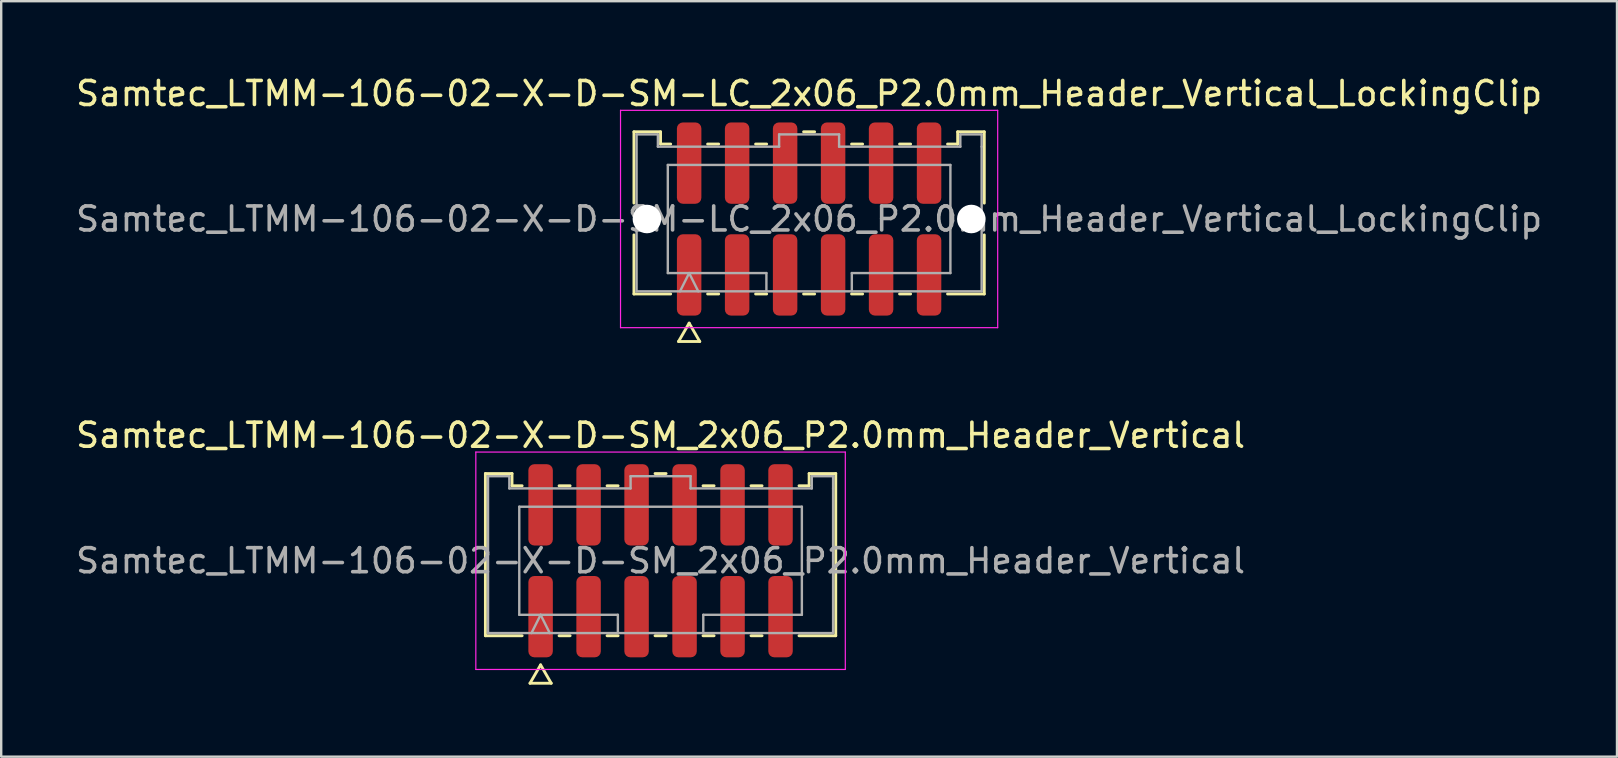
<source format=kicad_pcb>
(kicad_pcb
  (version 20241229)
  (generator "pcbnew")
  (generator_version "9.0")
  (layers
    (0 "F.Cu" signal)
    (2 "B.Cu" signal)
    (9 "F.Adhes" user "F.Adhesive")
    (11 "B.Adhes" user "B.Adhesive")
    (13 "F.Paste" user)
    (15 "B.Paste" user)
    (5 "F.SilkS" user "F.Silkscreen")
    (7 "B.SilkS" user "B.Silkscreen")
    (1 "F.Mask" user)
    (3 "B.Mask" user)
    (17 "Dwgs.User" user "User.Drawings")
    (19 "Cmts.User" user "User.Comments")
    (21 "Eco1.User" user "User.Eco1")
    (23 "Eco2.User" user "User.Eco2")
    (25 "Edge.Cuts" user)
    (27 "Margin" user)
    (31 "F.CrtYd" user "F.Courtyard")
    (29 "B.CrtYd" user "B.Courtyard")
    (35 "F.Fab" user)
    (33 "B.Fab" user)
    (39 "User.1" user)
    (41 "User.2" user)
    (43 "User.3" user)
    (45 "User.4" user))
  (footprint "Samtec_LTMM-106-02-X-D-SM-LC_2x06_P2.0mm_Header_Vertical_LockingClip"
    (layer "F.Cu")
    (at 30.673 6.078)
    (property "Reference" "Samtec_LTMM-106-02-X-D-SM-LC_2x06_P2.0mm_Header_Vertical_LockingClip" (at 0 -5.23 0) (layer "F.SilkS") (effects (font (size 1 1) (thickness 0.15))))
    (attr smd)
    (fp_line (start -7.301 -3.635) (end -6.192 -3.635) (stroke (width 0.12) (type solid)) (layer "F.SilkS"))
    (fp_line (start -7.301 -0.662) (end -7.301 -3.635) (stroke (width 0.12) (type solid)) (layer "F.SilkS"))
    (fp_line (start -7.301 3.125) (end -7.301 0.662) (stroke (width 0.12) (type solid)) (layer "F.SilkS"))
    (fp_line (start -6.192 -3.635) (end -6.192 -3.125) (stroke (width 0.12) (type solid)) (layer "F.SilkS"))
    (fp_line (start -6.192 -3.125) (end -5.77 -3.125) (stroke (width 0.12) (type solid)) (layer "F.SilkS"))
    (fp_line (start -5.77 3.125) (end -7.301 3.125) (stroke (width 0.12) (type solid)) (layer "F.SilkS"))
    (fp_line (start -5.442 5.105) (end -5 4.34) (stroke (width 0.12) (type solid)) (layer "F.SilkS"))
    (fp_line (start -5 4.34) (end -4.558 5.105) (stroke (width 0.12) (type solid)) (layer "F.SilkS"))
    (fp_line (start -4.558 5.105) (end -5.442 5.105) (stroke (width 0.12) (type solid)) (layer "F.SilkS"))
    (fp_line (start -4.23 -3.125) (end -3.77 -3.125) (stroke (width 0.12) (type solid)) (layer "F.SilkS"))
    (fp_line (start -3.77 3.125) (end -4.23 3.125) (stroke (width 0.12) (type solid)) (layer "F.SilkS"))
    (fp_line (start -2.23 -3.125) (end -1.77 -3.125) (stroke (width 0.12) (type solid)) (layer "F.SilkS"))
    (fp_line (start -1.77 3.125) (end -2.23 3.125) (stroke (width 0.12) (type solid)) (layer "F.SilkS"))
    (fp_line (start -0.23 -3.635) (end 0.23 -3.635) (stroke (width 0.12) (type solid)) (layer "F.SilkS"))
    (fp_line (start 0.23 3.125) (end -0.23 3.125) (stroke (width 0.12) (type solid)) (layer "F.SilkS"))
    (fp_line (start 1.77 -3.125) (end 2.23 -3.125) (stroke (width 0.12) (type solid)) (layer "F.SilkS"))
    (fp_line (start 2.23 3.125) (end 1.77 3.125) (stroke (width 0.12) (type solid)) (layer "F.SilkS"))
    (fp_line (start 3.77 -3.125) (end 4.23 -3.125) (stroke (width 0.12) (type solid)) (layer "F.SilkS"))
    (fp_line (start 4.23 3.125) (end 3.77 3.125) (stroke (width 0.12) (type solid)) (layer "F.SilkS"))
    (fp_line (start 5.77 -3.125) (end 6.192 -3.125) (stroke (width 0.12) (type solid)) (layer "F.SilkS"))
    (fp_line (start 6.192 -3.635) (end 7.301 -3.635) (stroke (width 0.12) (type solid)) (layer "F.SilkS"))
    (fp_line (start 6.192 -3.125) (end 6.192 -3.635) (stroke (width 0.12) (type solid)) (layer "F.SilkS"))
    (fp_line (start 7.301 -3.635) (end 7.301 -0.662) (stroke (width 0.12) (type solid)) (layer "F.SilkS"))
    (fp_line (start 7.301 0.662) (end 7.301 3.125) (stroke (width 0.12) (type solid)) (layer "F.SilkS"))
    (fp_line (start 7.301 3.125) (end 5.77 3.125) (stroke (width 0.12) (type solid)) (layer "F.SilkS"))
    (fp_line (start -7.86 -4.53) (end -7.86 4.53) (stroke (width 0.05) (type solid)) (layer "F.CrtYd"))
    (fp_line (start -7.86 4.53) (end 7.86 4.53) (stroke (width 0.05) (type solid)) (layer "F.CrtYd"))
    (fp_line (start 7.86 -4.53) (end -7.86 -4.53) (stroke (width 0.05) (type solid)) (layer "F.CrtYd"))
    (fp_line (start 7.86 4.53) (end 7.86 -4.53) (stroke (width 0.05) (type solid)) (layer "F.CrtYd"))
    (fp_line (start -7.191 -3.525) (end -6.303 -3.525) (stroke (width 0.1) (type solid)) (layer "F.Fab"))
    (fp_line (start -7.191 3.015) (end -7.191 -3.525) (stroke (width 0.1) (type solid)) (layer "F.Fab"))
    (fp_line (start -6.303 -3.525) (end -6.303 -3.015) (stroke (width 0.1) (type solid)) (layer "F.Fab"))
    (fp_line (start -6.303 -3.015) (end -1.25 -3.015) (stroke (width 0.1) (type solid)) (layer "F.Fab"))
    (fp_line (start -5.889 -2.253) (end 5.889 -2.253) (stroke (width 0.1) (type solid)) (layer "F.Fab"))
    (fp_line (start -5.889 2.253) (end -5.889 -2.253) (stroke (width 0.1) (type solid)) (layer "F.Fab"))
    (fp_line (start -5.381 3.015) (end -5 2.253) (stroke (width 0.1) (type solid)) (layer "F.Fab"))
    (fp_line (start -5 2.253) (end -4.619 3.015) (stroke (width 0.1) (type solid)) (layer "F.Fab"))
    (fp_line (start -1.78 2.253) (end -5.889 2.253) (stroke (width 0.1) (type solid)) (layer "F.Fab"))
    (fp_line (start -1.78 3.015) (end -1.78 2.253) (stroke (width 0.1) (type solid)) (layer "F.Fab"))
    (fp_line (start -1.25 -3.525) (end 1.25 -3.525) (stroke (width 0.1) (type solid)) (layer "F.Fab"))
    (fp_line (start -1.25 -3.015) (end -1.25 -3.525) (stroke (width 0.1) (type solid)) (layer "F.Fab"))
    (fp_line (start 1.25 -3.525) (end 1.25 -3.015) (stroke (width 0.1) (type solid)) (layer "F.Fab"))
    (fp_line (start 1.25 -3.015) (end 6.303 -3.015) (stroke (width 0.1) (type solid)) (layer "F.Fab"))
    (fp_line (start 1.78 2.253) (end 1.78 3.015) (stroke (width 0.1) (type solid)) (layer "F.Fab"))
    (fp_line (start 5.889 -2.253) (end 5.889 2.253) (stroke (width 0.1) (type solid)) (layer "F.Fab"))
    (fp_line (start 5.889 2.253) (end 1.78 2.253) (stroke (width 0.1) (type solid)) (layer "F.Fab"))
    (fp_line (start 6.303 -3.525) (end 7.191 -3.525) (stroke (width 0.1) (type solid)) (layer "F.Fab"))
    (fp_line (start 6.303 -3.015) (end 6.303 -3.525) (stroke (width 0.1) (type solid)) (layer "F.Fab"))
    (fp_line (start 7.191 -3.525) (end 7.191 -3.015) (stroke (width 0.1) (type solid)) (layer "F.Fab"))
    (fp_line (start 7.191 -3.015) (end 7.191 3.015) (stroke (width 0.1) (type solid)) (layer "F.Fab"))
    (fp_line (start 7.191 3.015) (end -7.191 3.015) (stroke (width 0.1) (type solid)) (layer "F.Fab"))
    (fp_text user "${REFERENCE}" (at 0 0 0) (layer "F.Fab") (effects (font (size 1 1) (thickness 0.15))))
    (pad "" np_thru_hole circle (at -6.76 0) (size 1.19 1.19) (drill 1.19) (layers "*.Cu" "*.Mask"))
    (pad "" np_thru_hole circle (at 6.76 0) (size 1.19 1.19) (drill 1.19) (layers "*.Cu" "*.Mask"))
    (pad "1" smd roundrect (at -5 2.33) (size 1.02 3.39) (layers "F.Cu" "F.Mask" "F.Paste") (roundrect_rratio 0.245))
    (pad "2" smd roundrect (at -5 -2.33) (size 1.02 3.39) (layers "F.Cu" "F.Mask" "F.Paste") (roundrect_rratio 0.245))
    (pad "3" smd roundrect (at -3 2.33) (size 1.02 3.39) (layers "F.Cu" "F.Mask" "F.Paste") (roundrect_rratio 0.245))
    (pad "4" smd roundrect (at -3 -2.33) (size 1.02 3.39) (layers "F.Cu" "F.Mask" "F.Paste") (roundrect_rratio 0.245))
    (pad "5" smd roundrect (at -1 2.33) (size 1.02 3.39) (layers "F.Cu" "F.Mask" "F.Paste") (roundrect_rratio 0.245))
    (pad "6" smd roundrect (at -1 -2.33) (size 1.02 3.39) (layers "F.Cu" "F.Mask" "F.Paste") (roundrect_rratio 0.245))
    (pad "7" smd roundrect (at 1 2.33) (size 1.02 3.39) (layers "F.Cu" "F.Mask" "F.Paste") (roundrect_rratio 0.245))
    (pad "8" smd roundrect (at 1 -2.33) (size 1.02 3.39) (layers "F.Cu" "F.Mask" "F.Paste") (roundrect_rratio 0.245))
    (pad "9" smd roundrect (at 3 2.33) (size 1.02 3.39) (layers "F.Cu" "F.Mask" "F.Paste") (roundrect_rratio 0.245))
    (pad "10" smd roundrect (at 3 -2.33) (size 1.02 3.39) (layers "F.Cu" "F.Mask" "F.Paste") (roundrect_rratio 0.245))
    (pad "11" smd roundrect (at 5 2.33) (size 1.02 3.39) (layers "F.Cu" "F.Mask" "F.Paste") (roundrect_rratio 0.245))
    (pad "12" smd roundrect (at 5 -2.33) (size 1.02 3.39) (layers "F.Cu" "F.Mask" "F.Paste") (roundrect_rratio 0.245)))
  (footprint "Samtec_LTMM-106-02-X-D-SM_2x06_P2.0mm_Header_Vertical"
    (layer "F.Cu")
    (at 24.482 20.322)
    (property "Reference" "Samtec_LTMM-106-02-X-D-SM_2x06_P2.0mm_Header_Vertical" (at 0 -5.23 0) (layer "F.SilkS") (effects (font (size 1 1) (thickness 0.15))))
    (attr smd)
    (fp_line (start -7.301 -3.635) (end -6.192 -3.635) (stroke (width 0.12) (type solid)) (layer "F.SilkS"))
    (fp_line (start -7.301 3.125) (end -7.301 -3.635) (stroke (width 0.12) (type solid)) (layer "F.SilkS"))
    (fp_line (start -6.192 -3.635) (end -6.192 -3.125) (stroke (width 0.12) (type solid)) (layer "F.SilkS"))
    (fp_line (start -6.192 -3.125) (end -5.77 -3.125) (stroke (width 0.12) (type solid)) (layer "F.SilkS"))
    (fp_line (start -5.77 3.125) (end -7.301 3.125) (stroke (width 0.12) (type solid)) (layer "F.SilkS"))
    (fp_line (start -5.442 5.105) (end -5 4.34) (stroke (width 0.12) (type solid)) (layer "F.SilkS"))
    (fp_line (start -5 4.34) (end -4.558 5.105) (stroke (width 0.12) (type solid)) (layer "F.SilkS"))
    (fp_line (start -4.558 5.105) (end -5.442 5.105) (stroke (width 0.12) (type solid)) (layer "F.SilkS"))
    (fp_line (start -4.23 -3.125) (end -3.77 -3.125) (stroke (width 0.12) (type solid)) (layer "F.SilkS"))
    (fp_line (start -3.77 3.125) (end -4.23 3.125) (stroke (width 0.12) (type solid)) (layer "F.SilkS"))
    (fp_line (start -2.23 -3.125) (end -1.77 -3.125) (stroke (width 0.12) (type solid)) (layer "F.SilkS"))
    (fp_line (start -1.77 3.125) (end -2.23 3.125) (stroke (width 0.12) (type solid)) (layer "F.SilkS"))
    (fp_line (start -0.23 -3.635) (end 0.23 -3.635) (stroke (width 0.12) (type solid)) (layer "F.SilkS"))
    (fp_line (start 0.23 3.125) (end -0.23 3.125) (stroke (width 0.12) (type solid)) (layer "F.SilkS"))
    (fp_line (start 1.77 -3.125) (end 2.23 -3.125) (stroke (width 0.12) (type solid)) (layer "F.SilkS"))
    (fp_line (start 2.23 3.125) (end 1.77 3.125) (stroke (width 0.12) (type solid)) (layer "F.SilkS"))
    (fp_line (start 3.77 -3.125) (end 4.23 -3.125) (stroke (width 0.12) (type solid)) (layer "F.SilkS"))
    (fp_line (start 4.23 3.125) (end 3.77 3.125) (stroke (width 0.12) (type solid)) (layer "F.SilkS"))
    (fp_line (start 5.77 -3.125) (end 6.192 -3.125) (stroke (width 0.12) (type solid)) (layer "F.SilkS"))
    (fp_line (start 6.192 -3.635) (end 7.301 -3.635) (stroke (width 0.12) (type solid)) (layer "F.SilkS"))
    (fp_line (start 6.192 -3.125) (end 6.192 -3.635) (stroke (width 0.12) (type solid)) (layer "F.SilkS"))
    (fp_line (start 7.301 -3.635) (end 7.301 3.125) (stroke (width 0.12) (type solid)) (layer "F.SilkS"))
    (fp_line (start 7.301 3.125) (end 5.77 3.125) (stroke (width 0.12) (type solid)) (layer "F.SilkS"))
    (fp_line (start -7.7 -4.53) (end -7.7 4.53) (stroke (width 0.05) (type solid)) (layer "F.CrtYd"))
    (fp_line (start -7.7 4.53) (end 7.7 4.53) (stroke (width 0.05) (type solid)) (layer "F.CrtYd"))
    (fp_line (start 7.7 -4.53) (end -7.7 -4.53) (stroke (width 0.05) (type solid)) (layer "F.CrtYd"))
    (fp_line (start 7.7 4.53) (end 7.7 -4.53) (stroke (width 0.05) (type solid)) (layer "F.CrtYd"))
    (fp_line (start -7.191 -3.525) (end -6.303 -3.525) (stroke (width 0.1) (type solid)) (layer "F.Fab"))
    (fp_line (start -7.191 3.015) (end -7.191 -3.525) (stroke (width 0.1) (type solid)) (layer "F.Fab"))
    (fp_line (start -6.303 -3.525) (end -6.303 -3.015) (stroke (width 0.1) (type solid)) (layer "F.Fab"))
    (fp_line (start -6.303 -3.015) (end -1.25 -3.015) (stroke (width 0.1) (type solid)) (layer "F.Fab"))
    (fp_line (start -5.889 -2.253) (end 5.889 -2.253) (stroke (width 0.1) (type solid)) (layer "F.Fab"))
    (fp_line (start -5.889 2.253) (end -5.889 -2.253) (stroke (width 0.1) (type solid)) (layer "F.Fab"))
    (fp_line (start -5.381 3.015) (end -5 2.253) (stroke (width 0.1) (type solid)) (layer "F.Fab"))
    (fp_line (start -5 2.253) (end -4.619 3.015) (stroke (width 0.1) (type solid)) (layer "F.Fab"))
    (fp_line (start -1.78 2.253) (end -5.889 2.253) (stroke (width 0.1) (type solid)) (layer "F.Fab"))
    (fp_line (start -1.78 3.015) (end -1.78 2.253) (stroke (width 0.1) (type solid)) (layer "F.Fab"))
    (fp_line (start -1.25 -3.525) (end 1.25 -3.525) (stroke (width 0.1) (type solid)) (layer "F.Fab"))
    (fp_line (start -1.25 -3.015) (end -1.25 -3.525) (stroke (width 0.1) (type solid)) (layer "F.Fab"))
    (fp_line (start 1.25 -3.525) (end 1.25 -3.015) (stroke (width 0.1) (type solid)) (layer "F.Fab"))
    (fp_line (start 1.25 -3.015) (end 6.303 -3.015) (stroke (width 0.1) (type solid)) (layer "F.Fab"))
    (fp_line (start 1.78 2.253) (end 1.78 3.015) (stroke (width 0.1) (type solid)) (layer "F.Fab"))
    (fp_line (start 5.889 -2.253) (end 5.889 2.253) (stroke (width 0.1) (type solid)) (layer "F.Fab"))
    (fp_line (start 5.889 2.253) (end 1.78 2.253) (stroke (width 0.1) (type solid)) (layer "F.Fab"))
    (fp_line (start 6.303 -3.525) (end 7.191 -3.525) (stroke (width 0.1) (type solid)) (layer "F.Fab"))
    (fp_line (start 6.303 -3.015) (end 6.303 -3.525) (stroke (width 0.1) (type solid)) (layer "F.Fab"))
    (fp_line (start 7.191 -3.525) (end 7.191 -3.015) (stroke (width 0.1) (type solid)) (layer "F.Fab"))
    (fp_line (start 7.191 -3.015) (end 7.191 3.015) (stroke (width 0.1) (type solid)) (layer "F.Fab"))
    (fp_line (start 7.191 3.015) (end -7.191 3.015) (stroke (width 0.1) (type solid)) (layer "F.Fab"))
    (fp_text user "${REFERENCE}" (at 0 0 0) (layer "F.Fab") (effects (font (size 1 1) (thickness 0.15))))
    (pad "1" smd roundrect (at -5 2.33) (size 1.02 3.39) (layers "F.Cu" "F.Mask" "F.Paste") (roundrect_rratio 0.245))
    (pad "2" smd roundrect (at -5 -2.33) (size 1.02 3.39) (layers "F.Cu" "F.Mask" "F.Paste") (roundrect_rratio 0.245))
    (pad "3" smd roundrect (at -3 2.33) (size 1.02 3.39) (layers "F.Cu" "F.Mask" "F.Paste") (roundrect_rratio 0.245))
    (pad "4" smd roundrect (at -3 -2.33) (size 1.02 3.39) (layers "F.Cu" "F.Mask" "F.Paste") (roundrect_rratio 0.245))
    (pad "5" smd roundrect (at -1 2.33) (size 1.02 3.39) (layers "F.Cu" "F.Mask" "F.Paste") (roundrect_rratio 0.245))
    (pad "6" smd roundrect (at -1 -2.33) (size 1.02 3.39) (layers "F.Cu" "F.Mask" "F.Paste") (roundrect_rratio 0.245))
    (pad "7" smd roundrect (at 1 2.33) (size 1.02 3.39) (layers "F.Cu" "F.Mask" "F.Paste") (roundrect_rratio 0.245))
    (pad "8" smd roundrect (at 1 -2.33) (size 1.02 3.39) (layers "F.Cu" "F.Mask" "F.Paste") (roundrect_rratio 0.245))
    (pad "9" smd roundrect (at 3 2.33) (size 1.02 3.39) (layers "F.Cu" "F.Mask" "F.Paste") (roundrect_rratio 0.245))
    (pad "10" smd roundrect (at 3 -2.33) (size 1.02 3.39) (layers "F.Cu" "F.Mask" "F.Paste") (roundrect_rratio 0.245))
    (pad "11" smd roundrect (at 5 2.33) (size 1.02 3.39) (layers "F.Cu" "F.Mask" "F.Paste") (roundrect_rratio 0.245))
    (pad "12" smd roundrect (at 5 -2.33) (size 1.02 3.39) (layers "F.Cu" "F.Mask" "F.Paste") (roundrect_rratio 0.245)))
  (gr_rect
    (start -3 -3)
    (end 64.345 28.486)
    (stroke (width 0.1) (type default))
    (fill no)
    (layer "Edge.Cuts")))
</source>
